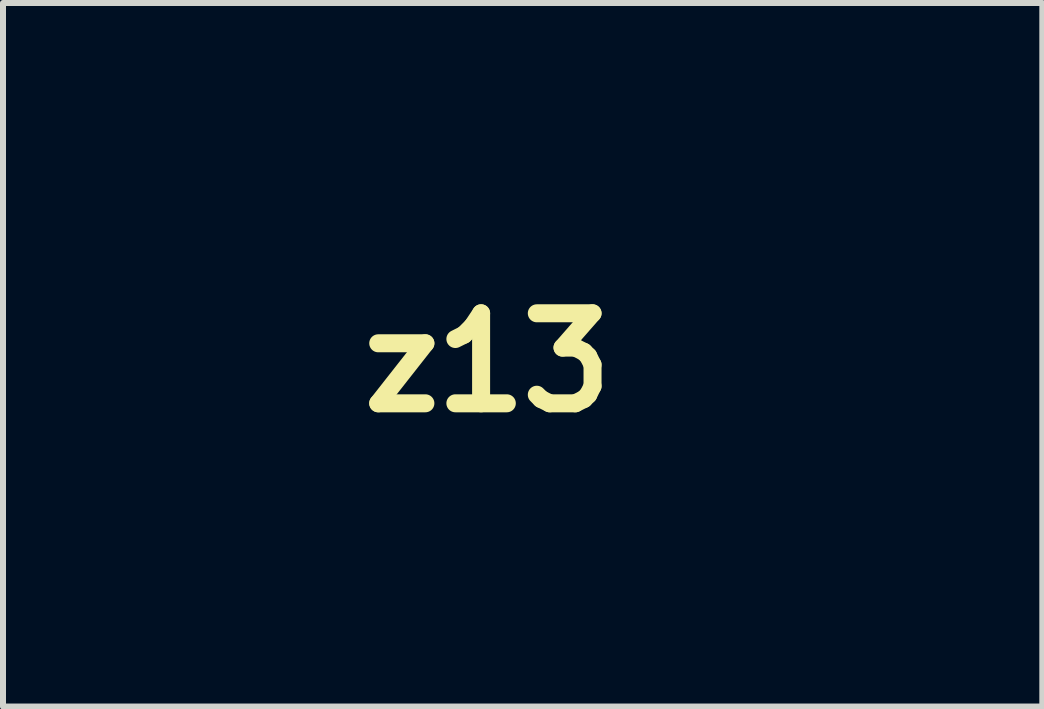
<source format=kicad_pcb>
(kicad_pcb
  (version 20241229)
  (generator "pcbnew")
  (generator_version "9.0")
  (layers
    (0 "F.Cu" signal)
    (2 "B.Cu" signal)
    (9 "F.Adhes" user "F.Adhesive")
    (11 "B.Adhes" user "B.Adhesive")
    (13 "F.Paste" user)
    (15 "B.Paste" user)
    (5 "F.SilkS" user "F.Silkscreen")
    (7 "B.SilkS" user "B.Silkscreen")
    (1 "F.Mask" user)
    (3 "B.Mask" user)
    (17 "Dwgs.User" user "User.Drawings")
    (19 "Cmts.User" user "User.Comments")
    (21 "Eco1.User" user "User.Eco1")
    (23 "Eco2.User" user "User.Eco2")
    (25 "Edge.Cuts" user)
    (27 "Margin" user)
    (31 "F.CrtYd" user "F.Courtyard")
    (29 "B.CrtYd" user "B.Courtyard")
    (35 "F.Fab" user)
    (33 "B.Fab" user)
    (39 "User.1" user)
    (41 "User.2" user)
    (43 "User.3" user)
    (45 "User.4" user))
  (footprint "z13"
    (layer "F.Cu")
    (at 5.075 2.993)
    (property "Reference" "z13" (at 0 0 0) (layer "F.SilkS") (effects (font (size 1.5 1.5) (thickness 0.3))))
    (attr board_only exclude_from_pos_files exclude_from_bom)
    (fp_poly (pts (xy 4.945 -1.236) (xy 4.955 -1.187) (xy 4.998 -1.171) (xy 5.01 -1.171) (xy 5.059 -1.16) (xy 5.075 -1.118) (xy 5.075 -1.106) (xy 5.086 -1.057) (xy 5.128 -1.041) (xy 5.14 -1.041) (xy 5.205 -1.041) (xy 5.205 -0.781) (xy 5.205 -0.52) (xy 4.945 -0.52) (xy 4.684 -0.52) (xy 4.684 -0.586) (xy 4.674 -0.635) (xy 4.631 -0.65) (xy 4.619 -0.651) (xy 4.581 -0.655) (xy 4.561 -0.676) (xy 4.555 -0.729) (xy 4.554 -0.781) (xy 4.552 -0.858) (xy 4.541 -0.896) (xy 4.515 -0.91) (xy 4.489 -0.911) (xy 4.456 -0.913) (xy 4.437 -0.928) (xy 4.427 -0.966) (xy 4.424 -1.037) (xy 4.424 -1.106) (xy 4.424 -1.301) (xy 4.684 -1.301) (xy 4.945 -1.301)) (stroke (width 0) (type solid)) (fill yes) (layer "F.Mask"))
    (fp_poly (pts (xy -0.096 -2.992) (xy -0.038 -2.987) (xy -0.01 -2.975) (xy -0.001 -2.951) (xy 0 -2.928) (xy 0.011 -2.878) (xy 0.053 -2.863) (xy 0.065 -2.863) (xy 0.104 -2.858) (xy 0.123 -2.837) (xy 0.13 -2.785) (xy 0.13 -2.733) (xy 0.132 -2.655) (xy 0.143 -2.617) (xy 0.169 -2.604) (xy 0.195 -2.602) (xy 0.234 -2.598) (xy 0.253 -2.577) (xy 0.26 -2.525) (xy 0.26 -2.472) (xy 0.262 -2.395) (xy 0.273 -2.357) (xy 0.299 -2.343) (xy 0.325 -2.342) (xy 0.39 -2.342) (xy 0.39 -2.082) (xy 0.39 -1.822) (xy 0.13 -1.822) (xy -0.13 -1.822) (xy -0.13 -1.952) (xy -0.132 -2.029) (xy -0.143 -2.068) (xy -0.169 -2.081) (xy -0.195 -2.082) (xy -0.228 -2.084) (xy -0.248 -2.099) (xy -0.257 -2.137) (xy -0.26 -2.209) (xy -0.26 -2.277) (xy -0.261 -2.376) (xy -0.266 -2.435) (xy -0.279 -2.463) (xy -0.302 -2.472) (xy -0.325 -2.472) (xy -0.39 -2.472) (xy -0.39 -2.733) (xy -0.39 -2.993) (xy -0.195 -2.993)) (stroke (width 0) (type solid)) (fill yes) (layer "F.Mask"))
    (fp_poly (pts (xy -0.964 -2.47) (xy -0.925 -2.459) (xy -0.912 -2.433) (xy -0.911 -2.407) (xy -0.908 -2.374) (xy -0.894 -2.355) (xy -0.856 -2.345) (xy -0.784 -2.342) (xy -0.716 -2.342) (xy -0.52 -2.342) (xy -0.52 -2.147) (xy -0.52 -1.952) (xy -0.39 -1.952) (xy -0.26 -1.952) (xy -0.26 -1.692) (xy -0.26 -1.431) (xy -0.455 -1.431) (xy -0.555 -1.432) (xy -0.613 -1.437) (xy -0.641 -1.45) (xy -0.65 -1.474) (xy -0.651 -1.496) (xy -0.655 -1.535) (xy -0.676 -1.554) (xy -0.729 -1.561) (xy -0.781 -1.561) (xy -0.911 -1.561) (xy -0.911 -1.692) (xy -0.911 -1.822) (xy -1.041 -1.822) (xy -1.118 -1.824) (xy -1.157 -1.835) (xy -1.17 -1.861) (xy -1.171 -1.887) (xy -1.182 -1.936) (xy -1.224 -1.952) (xy -1.236 -1.952) (xy -1.269 -1.954) (xy -1.289 -1.969) (xy -1.298 -2.007) (xy -1.301 -2.078) (xy -1.301 -2.147) (xy -1.3 -2.246) (xy -1.296 -2.305) (xy -1.283 -2.333) (xy -1.259 -2.341) (xy -1.236 -2.342) (xy -1.187 -2.353) (xy -1.171 -2.395) (xy -1.171 -2.407) (xy -1.167 -2.446) (xy -1.145 -2.465) (xy -1.093 -2.472) (xy -1.041 -2.472)) (stroke (width 0) (type solid)) (fill yes) (layer "F.Mask"))
    (fp_poly (pts (xy 5.499 -1.951) (xy 5.558 -1.946) (xy 5.586 -1.934) (xy 5.595 -1.91) (xy 5.595 -1.887) (xy 5.598 -1.854) (xy 5.612 -1.834) (xy 5.65 -1.825) (xy 5.722 -1.822) (xy 5.79 -1.822) (xy 5.89 -1.821) (xy 5.948 -1.816) (xy 5.976 -1.803) (xy 5.985 -1.78) (xy 5.986 -1.757) (xy 5.996 -1.707) (xy 6.039 -1.692) (xy 6.051 -1.692) (xy 6.089 -1.687) (xy 6.109 -1.666) (xy 6.115 -1.614) (xy 6.116 -1.561) (xy 6.118 -1.484) (xy 6.129 -1.446) (xy 6.155 -1.433) (xy 6.181 -1.431) (xy 6.246 -1.431) (xy 6.246 -1.171) (xy 6.246 -0.911) (xy 6.181 -0.911) (xy 6.131 -0.9) (xy 6.116 -0.858) (xy 6.116 -0.846) (xy 6.112 -0.807) (xy 6.09 -0.788) (xy 6.038 -0.781) (xy 5.986 -0.781) (xy 5.908 -0.783) (xy 5.87 -0.794) (xy 5.857 -0.82) (xy 5.856 -0.846) (xy 5.851 -0.884) (xy 5.83 -0.904) (xy 5.778 -0.91) (xy 5.725 -0.911) (xy 5.648 -0.913) (xy 5.61 -0.924) (xy 5.597 -0.95) (xy 5.595 -0.976) (xy 5.585 -1.025) (xy 5.542 -1.041) (xy 5.53 -1.041) (xy 5.492 -1.045) (xy 5.472 -1.067) (xy 5.466 -1.119) (xy 5.465 -1.171) (xy 5.463 -1.248) (xy 5.452 -1.287) (xy 5.426 -1.3) (xy 5.4 -1.301) (xy 5.351 -1.312) (xy 5.335 -1.354) (xy 5.335 -1.366) (xy 5.324 -1.416) (xy 5.282 -1.431) (xy 5.27 -1.431) (xy 5.205 -1.431) (xy 5.205 -1.692) (xy 5.205 -1.952) (xy 5.4 -1.952)) (stroke (width 0) (type solid)) (fill yes) (layer "F.Mask"))
    (fp_poly (pts (xy -4.65 -1.691) (xy -4.592 -1.686) (xy -4.564 -1.673) (xy -4.555 -1.649) (xy -4.554 -1.627) (xy -4.544 -1.577) (xy -4.501 -1.562) (xy -4.489 -1.561) (xy -4.44 -1.551) (xy -4.424 -1.508) (xy -4.424 -1.496) (xy -4.422 -1.463) (xy -4.407 -1.444) (xy -4.369 -1.435) (xy -4.298 -1.432) (xy -4.229 -1.431) (xy -4.13 -1.431) (xy -4.072 -1.426) (xy -4.043 -1.413) (xy -4.035 -1.389) (xy -4.034 -1.366) (xy -4.031 -1.333) (xy -4.017 -1.314) (xy -3.979 -1.304) (xy -3.907 -1.301) (xy -3.839 -1.301) (xy -3.739 -1.302) (xy -3.681 -1.307) (xy -3.653 -1.319) (xy -3.644 -1.343) (xy -3.643 -1.366) (xy -3.643 -1.431) (xy -3.253 -1.431) (xy -2.863 -1.431) (xy -2.863 -1.496) (xy -2.863 -1.561) (xy -2.602 -1.561) (xy -2.342 -1.561) (xy -2.342 -1.627) (xy -2.342 -1.692) (xy -1.692 -1.692) (xy -1.041 -1.692) (xy -1.041 -1.366) (xy -1.041 -1.041) (xy -0.976 -1.041) (xy -0.911 -1.041) (xy -0.911 -0.39) (xy -0.911 0.26) (xy -0.846 0.26) (xy -0.781 0.26) (xy -0.781 0.586) (xy -0.781 0.911) (xy -0.846 0.911) (xy -0.879 0.913) (xy -0.898 0.928) (xy -0.908 0.966) (xy -0.911 1.037) (xy -0.911 1.106) (xy -0.911 1.301) (xy -1.041 1.301) (xy -1.118 1.303) (xy -1.157 1.314) (xy -1.17 1.34) (xy -1.171 1.366) (xy -1.171 1.431) (xy -2.342 1.431) (xy -3.513 1.431) (xy -3.513 1.496) (xy -3.513 1.561) (xy -4.164 1.561) (xy -4.815 1.561) (xy -4.815 1.496) (xy -4.825 1.447) (xy -4.868 1.432) (xy -4.88 1.431) (xy -4.929 1.421) (xy -4.944 1.378) (xy -4.945 1.366) (xy -4.955 1.317) (xy -4.998 1.302) (xy -5.01 1.301) (xy -5.075 1.301) (xy -5.075 0.781) (xy -5.075 0.26) (xy -5.01 0.26) (xy -4.96 0.249) (xy -4.945 0.207) (xy -4.945 0.195) (xy -4.934 0.146) (xy -4.892 0.13) (xy -4.88 0.13) (xy -4.83 0.119) (xy -4.815 0.077) (xy -4.815 0.065) (xy -4.812 0.032) (xy -4.798 0.013) (xy -4.76 0.003) (xy -4.688 0.000239) (xy -4.619 0) (xy -4.52 0.001) (xy -4.462 0.006) (xy -4.434 0.018) (xy -4.425 0.042) (xy -4.424 0.065) (xy -4.42 0.104) (xy -4.398 0.123) (xy -4.346 0.13) (xy -4.294 0.13) (xy -4.217 0.132) (xy -4.178 0.143) (xy -4.165 0.169) (xy -4.164 0.195) (xy -4.16 0.234) (xy -4.138 0.253) (xy -4.086 0.26) (xy -4.034 0.26) (xy -3.957 0.262) (xy -3.918 0.273) (xy -3.905 0.299) (xy -3.904 0.325) (xy -3.904 0.39) (xy -2.928 0.39) (xy -1.952 0.39) (xy -1.952 0.325) (xy -1.941 0.276) (xy -1.899 0.261) (xy -1.887 0.26) (xy -1.854 0.258) (xy -1.834 0.243) (xy -1.825 0.205) (xy -1.822 0.134) (xy -1.822 0.065) (xy -1.823 -0.034) (xy -1.827 -0.092) (xy -1.84 -0.12) (xy -1.864 -0.129) (xy -1.887 -0.13) (xy -1.92 -0.133) (xy -1.939 -0.147) (xy -1.949 -0.185) (xy -1.952 -0.257) (xy -1.952 -0.325) (xy -1.952 -0.52) (xy -2.733 -0.52) (xy -3.513 -0.52) (xy -3.513 -0.455) (xy -3.513 -0.39) (xy -3.839 -0.39) (xy -4.164 -0.39) (xy -4.164 -0.325) (xy -4.164 -0.26) (xy -4.424 -0.26) (xy -4.684 -0.26) (xy -4.684 -0.325) (xy -4.689 -0.364) (xy -4.71 -0.383) (xy -4.762 -0.39) (xy -4.815 -0.39) (xy -4.892 -0.392) (xy -4.93 -0.403) (xy -4.943 -0.429) (xy -4.945 -0.455) (xy -4.955 -0.505) (xy -4.998 -0.52) (xy -5.01 -0.52) (xy -5.075 -0.52) (xy -5.075 -0.911) (xy -5.075 -1.301) (xy -5.01 -1.301) (xy -4.977 -1.304) (xy -4.957 -1.318) (xy -4.948 -1.356) (xy -4.945 -1.428) (xy -4.945 -1.496) (xy -4.945 -1.692) (xy -4.749 -1.692)) (stroke (width 0) (type solid)) (fill yes) (layer "F.Mask"))
    (fp_poly (pts (xy 4.424 -0.455) (xy 4.435 -0.406) (xy 4.477 -0.391) (xy 4.489 -0.39) (xy 4.554 -0.39) (xy 4.554 0) (xy 4.554 0.39) (xy 4.619 0.39) (xy 4.684 0.39) (xy 4.684 0.846) (xy 4.684 1.301) (xy 4.749 1.301) (xy 4.783 1.304) (xy 4.802 1.318) (xy 4.811 1.356) (xy 4.814 1.428) (xy 4.815 1.496) (xy 4.815 1.596) (xy 4.82 1.654) (xy 4.833 1.682) (xy 4.857 1.691) (xy 4.88 1.692) (xy 4.945 1.692) (xy 4.945 1.952) (xy 4.945 2.212) (xy 4.88 2.212) (xy 4.83 2.223) (xy 4.815 2.265) (xy 4.815 2.277) (xy 4.804 2.327) (xy 4.761 2.342) (xy 4.749 2.342) (xy 4.7 2.353) (xy 4.685 2.395) (xy 4.684 2.407) (xy 4.682 2.44) (xy 4.667 2.46) (xy 4.63 2.469) (xy 4.558 2.472) (xy 4.489 2.472) (xy 4.39 2.473) (xy 4.332 2.478) (xy 4.304 2.491) (xy 4.295 2.515) (xy 4.294 2.537) (xy 4.292 2.57) (xy 4.277 2.59) (xy 4.239 2.599) (xy 4.167 2.602) (xy 4.099 2.602) (xy 4 2.603) (xy 3.941 2.608) (xy 3.913 2.621) (xy 3.904 2.645) (xy 3.904 2.668) (xy 3.904 2.733) (xy 2.733 2.733) (xy 1.561 2.733) (xy 1.561 2.668) (xy 1.561 2.602) (xy 0.781 2.602) (xy 0 2.602) (xy 0 2.472) (xy -0.002 2.395) (xy -0.013 2.357) (xy -0.039 2.343) (xy -0.065 2.342) (xy -0.13 2.342) (xy -0.13 2.082) (xy -0.13 1.822) (xy -0.065 1.822) (xy -0.026 1.818) (xy -0.007 1.796) (xy -0.001 1.744) (xy 0 1.692) (xy 0.002 1.614) (xy 0.013 1.576) (xy 0.039 1.563) (xy 0.065 1.561) (xy 0.115 1.551) (xy 0.13 1.508) (xy 0.13 1.496) (xy 0.134 1.458) (xy 0.156 1.439) (xy 0.208 1.432) (xy 0.26 1.431) (xy 0.337 1.429) (xy 0.376 1.418) (xy 0.389 1.392) (xy 0.39 1.366) (xy 0.39 1.301) (xy 0.781 1.301) (xy 1.171 1.301) (xy 1.171 1.366) (xy 1.175 1.405) (xy 1.197 1.424) (xy 1.249 1.431) (xy 1.301 1.431) (xy 1.378 1.433) (xy 1.417 1.444) (xy 1.43 1.47) (xy 1.431 1.496) (xy 1.431 1.561) (xy 1.692 1.561) (xy 1.952 1.561) (xy 1.952 1.627) (xy 1.954 1.66) (xy 1.969 1.679) (xy 2.007 1.688) (xy 2.078 1.691) (xy 2.147 1.692) (xy 2.246 1.692) (xy 2.305 1.697) (xy 2.333 1.71) (xy 2.341 1.734) (xy 2.342 1.757) (xy 2.342 1.822) (xy 2.928 1.822) (xy 3.513 1.822) (xy 3.513 1.757) (xy 3.524 1.707) (xy 3.566 1.692) (xy 3.578 1.692) (xy 3.628 1.681) (xy 3.643 1.639) (xy 3.643 1.627) (xy 3.654 1.577) (xy 3.697 1.562) (xy 3.709 1.561) (xy 3.747 1.557) (xy 3.766 1.536) (xy 3.773 1.484) (xy 3.774 1.431) (xy 3.776 1.354) (xy 3.786 1.316) (xy 3.813 1.302) (xy 3.839 1.301) (xy 3.904 1.301) (xy 3.904 0.976) (xy 3.904 0.651) (xy 3.839 0.651) (xy 3.789 0.64) (xy 3.774 0.598) (xy 3.774 0.586) (xy 3.774 0.52) (xy 3.513 0.52) (xy 3.253 0.52) (xy 3.253 0.455) (xy 3.251 0.422) (xy 3.236 0.403) (xy 3.198 0.394) (xy 3.126 0.391) (xy 3.058 0.39) (xy 2.959 0.391) (xy 2.9 0.396) (xy 2.872 0.409) (xy 2.863 0.433) (xy 2.863 0.455) (xy 2.863 0.52) (xy 2.537 0.52) (xy 2.212 0.52) (xy 2.212 0.586) (xy 2.212 0.651) (xy 1.822 0.651) (xy 1.431 0.651) (xy 1.431 0.716) (xy 1.431 0.781) (xy 0.976 0.781) (xy 0.52 0.781) (xy 0.52 0.716) (xy 0.51 0.666) (xy 0.467 0.651) (xy 0.455 0.651) (xy 0.422 0.648) (xy 0.403 0.634) (xy 0.394 0.596) (xy 0.391 0.524) (xy 0.39 0.455) (xy 0.39 0.356) (xy 0.385 0.298) (xy 0.372 0.27) (xy 0.348 0.261) (xy 0.325 0.26) (xy 0.287 0.256) (xy 0.267 0.234) (xy 0.261 0.182) (xy 0.26 0.13) (xy 0.262 0.053) (xy 0.273 0.014) (xy 0.299 0.001) (xy 0.325 0) (xy 0.364 -0.004) (xy 0.383 -0.026) (xy 0.39 -0.078) (xy 0.39 -0.13) (xy 0.392 -0.207) (xy 0.403 -0.246) (xy 0.429 -0.259) (xy 0.455 -0.26) (xy 0.505 -0.271) (xy 0.52 -0.313) (xy 0.52 -0.325) (xy 0.525 -0.364) (xy 0.546 -0.383) (xy 0.598 -0.39) (xy 0.651 -0.39) (xy 0.728 -0.388) (xy 0.766 -0.377) (xy 0.78 -0.351) (xy 0.781 -0.325) (xy 0.785 -0.287) (xy 0.806 -0.267) (xy 0.859 -0.261) (xy 0.911 -0.26) (xy 0.988 -0.258) (xy 1.027 -0.247) (xy 1.04 -0.221) (xy 1.041 -0.195) (xy 1.045 -0.157) (xy 1.067 -0.137) (xy 1.119 -0.131) (xy 1.171 -0.13) (xy 1.248 -0.128) (xy 1.287 -0.117) (xy 1.3 -0.091) (xy 1.301 -0.065) (xy 1.301 0) (xy 1.561 0) (xy 1.822 0) (xy 1.822 -0.065) (xy 1.822 -0.13) (xy 2.212 -0.13) (xy 2.602 -0.13) (xy 2.602 -0.195) (xy 2.605 -0.228) (xy 2.619 -0.248) (xy 2.657 -0.257) (xy 2.729 -0.26) (xy 2.798 -0.26) (xy 2.897 -0.261) (xy 2.955 -0.266) (xy 2.983 -0.279) (xy 2.992 -0.302) (xy 2.993 -0.325) (xy 2.993 -0.39) (xy 3.383 -0.39) (xy 3.774 -0.39) (xy 3.774 -0.455) (xy 3.774 -0.52) (xy 4.099 -0.52) (xy 4.424 -0.52)) (stroke (width 0) (type solid)) (fill yes) (layer "F.Mask")))
  (gr_rect
    (start -3 -3)
    (end 14.321 8.725)
    (stroke (width 0.1) (type default))
    (fill no)
    (layer "Edge.Cuts")))
</source>
